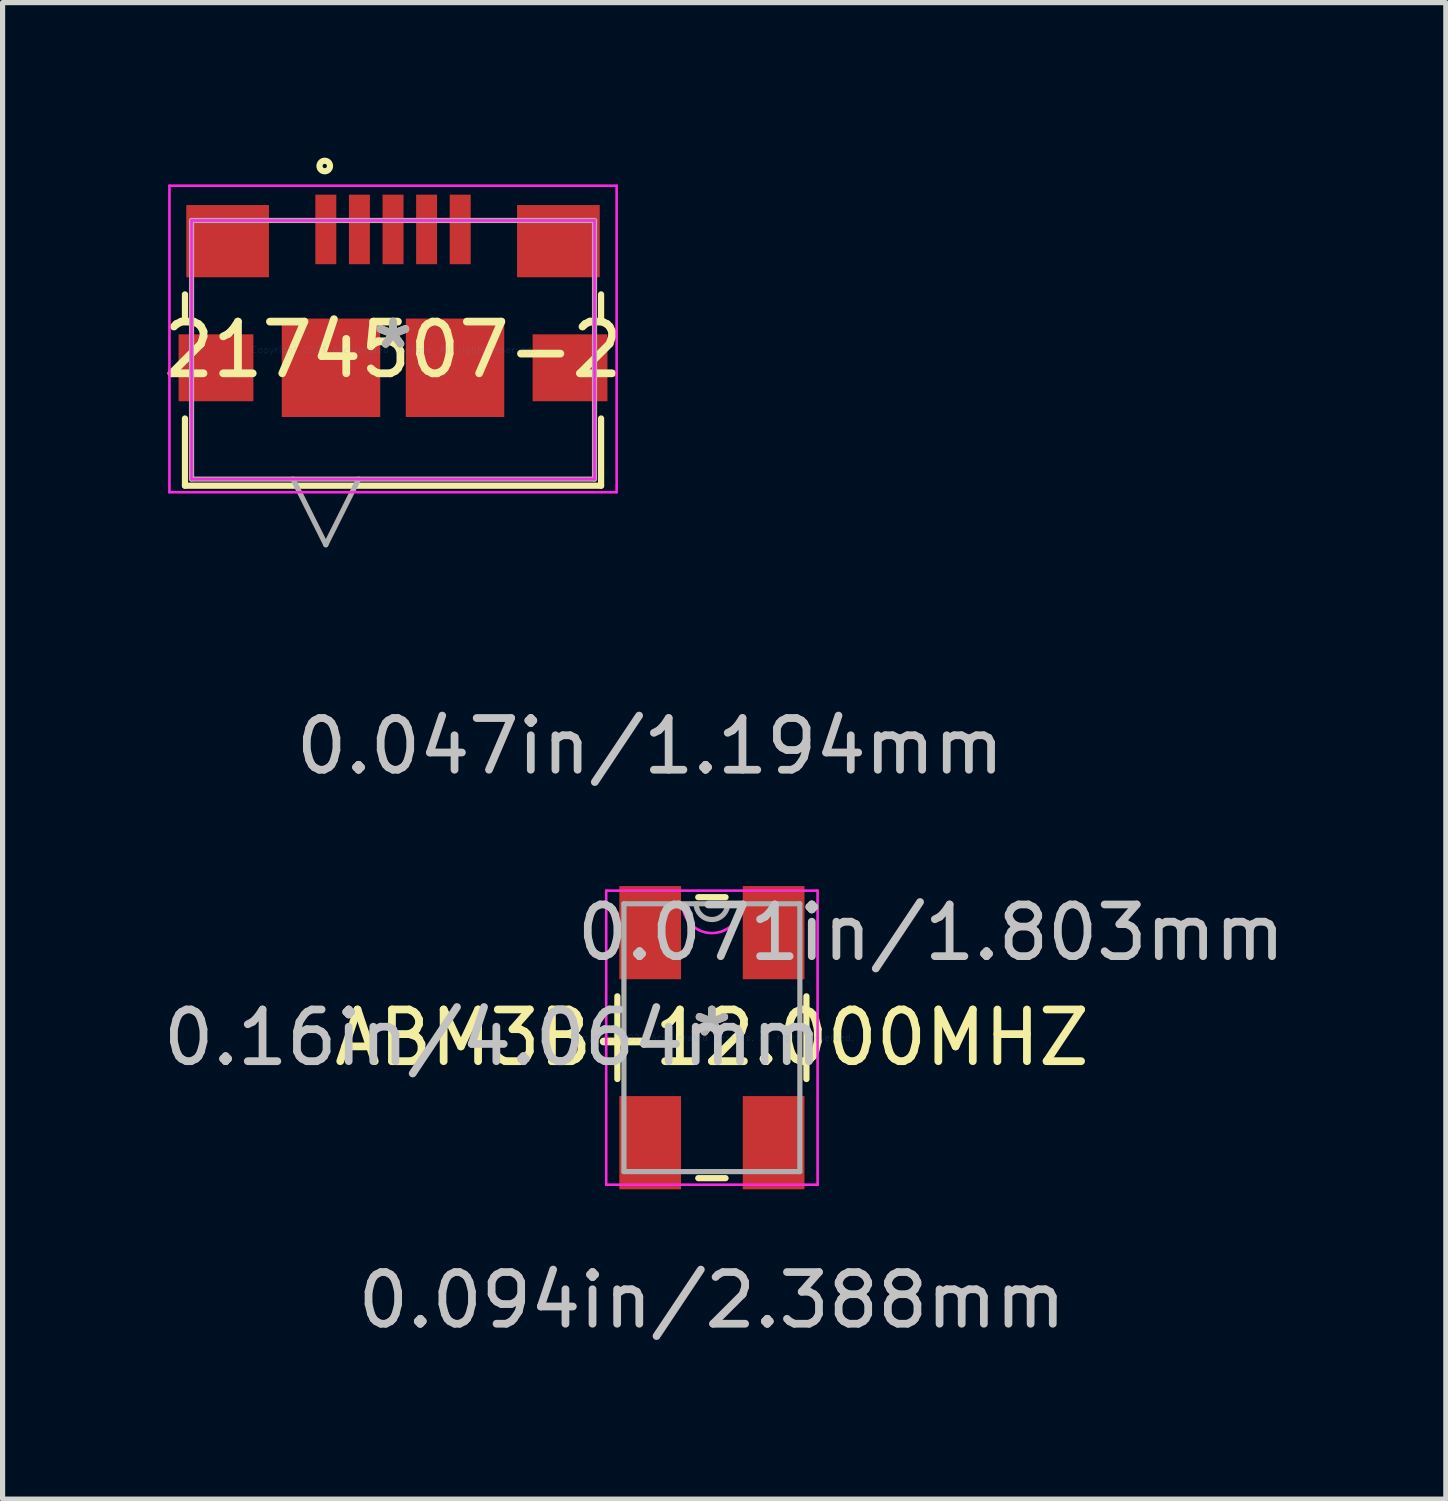
<source format=kicad_pcb>
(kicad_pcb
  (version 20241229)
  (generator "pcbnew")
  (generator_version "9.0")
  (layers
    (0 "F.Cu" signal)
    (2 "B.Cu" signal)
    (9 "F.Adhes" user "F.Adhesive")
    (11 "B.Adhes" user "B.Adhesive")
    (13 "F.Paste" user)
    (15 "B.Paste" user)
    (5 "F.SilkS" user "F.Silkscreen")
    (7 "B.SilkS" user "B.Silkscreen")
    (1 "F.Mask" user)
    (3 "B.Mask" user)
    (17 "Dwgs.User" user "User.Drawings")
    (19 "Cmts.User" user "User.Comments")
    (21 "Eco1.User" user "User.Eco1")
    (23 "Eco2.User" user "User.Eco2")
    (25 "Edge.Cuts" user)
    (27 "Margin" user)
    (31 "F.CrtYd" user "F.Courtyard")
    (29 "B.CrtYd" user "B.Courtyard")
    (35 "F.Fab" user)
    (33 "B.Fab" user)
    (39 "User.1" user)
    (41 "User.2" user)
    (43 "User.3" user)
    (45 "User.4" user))
  (footprint "2174507-2"
    (layer "F.Cu")
    (at 4.554 3.718)
    (property "Reference" "2174507-2" (at 0 0 0) (layer "F.SilkS") (effects (font (size 1 1) (thickness 0.15))))
    (attr through_hole)
    (fp_line (start -4.025 -1.072) (end -4.025 -0.632) (stroke (width 0.12) (type solid)) (layer "F.SilkS"))
    (fp_line (start -4.025 1.329) (end -4.025 2.629) (stroke (width 0.12) (type solid)) (layer "F.SilkS"))
    (fp_line (start -4.025 2.629) (end 4.026 2.629) (stroke (width 0.12) (type solid)) (layer "F.SilkS"))
    (fp_line (start 4.026 -0.632) (end 4.026 -1.072) (stroke (width 0.12) (type solid)) (layer "F.SilkS"))
    (fp_line (start 4.026 2.629) (end 4.026 1.329) (stroke (width 0.12) (type solid)) (layer "F.SilkS"))
    (fp_arc (start -1.2192 -3.556) (mid -1.4224 -3.556) (end -1.2192 -3.556) (stroke (width 0.12) (type solid)) (layer "F.SilkS"))
    (fp_line (start -4.326 -3.175) (end 4.327 -3.175) (stroke (width 0.05) (type solid)) (layer "F.CrtYd"))
    (fp_line (start -4.326 2.756) (end -4.326 -3.175) (stroke (width 0.05) (type solid)) (layer "F.CrtYd"))
    (fp_line (start -3.898 -2.502) (end 3.899 -2.502) (stroke (width 0.05) (type solid)) (layer "F.CrtYd"))
    (fp_line (start -3.898 2.502) (end -3.898 -2.502) (stroke (width 0.05) (type solid)) (layer "F.CrtYd"))
    (fp_line (start 3.899 -2.502) (end 3.899 2.502) (stroke (width 0.05) (type solid)) (layer "F.CrtYd"))
    (fp_line (start 3.899 2.502) (end -3.898 2.502) (stroke (width 0.05) (type solid)) (layer "F.CrtYd"))
    (fp_line (start 4.327 -3.175) (end 4.327 2.756) (stroke (width 0.05) (type solid)) (layer "F.CrtYd"))
    (fp_line (start 4.327 2.756) (end -4.326 2.756) (stroke (width 0.05) (type solid)) (layer "F.CrtYd"))
    (fp_line (start -3.898 -2.502) (end -3.898 2.502) (stroke (width 0.1) (type solid)) (layer "F.Fab"))
    (fp_line (start -3.898 2.502) (end 3.899 2.502) (stroke (width 0.1) (type solid)) (layer "F.Fab"))
    (fp_line (start -1.935 2.502) (end -1.3 3.772) (stroke (width 0.1) (type solid)) (layer "F.Fab"))
    (fp_line (start -0.665 2.502) (end -1.3 3.772) (stroke (width 0.1) (type solid)) (layer "F.Fab"))
    (fp_line (start 3.899 -2.502) (end -3.898 -2.502) (stroke (width 0.1) (type solid)) (layer "F.Fab"))
    (fp_line (start 3.899 2.502) (end 3.899 -2.502) (stroke (width 0.1) (type solid)) (layer "F.Fab"))
    (fp_text user "*" (at 0 0 0) (layer "F.SilkS") (effects (font (size 1 1) (thickness 0.15))))
    (fp_text user "Copyright 2021 Accelerated Designs. All rights reserved." (at 0 0 0) (layer "Cmts.User") (effects (font (size 0.127 0.127) (thickness 0.002))))
    (fp_text user "*" (at 0 0 0) (layer "F.Fab") (effects (font (size 1 1) (thickness 0.15))))
    (pad "1" smd rect (at -1.3 -2.329) (size 0.406 1.346) (layers "F.Cu" "F.Mask" "F.Paste"))
    (pad "2" smd rect (at -0.65 -2.329) (size 0.406 1.346) (layers "F.Cu" "F.Mask" "F.Paste"))
    (pad "3" smd rect (at 0.00048 -2.329) (size 0.406 1.346) (layers "F.Cu" "F.Mask" "F.Paste"))
    (pad "4" smd rect (at 0.65 -2.329) (size 0.406 1.346) (layers "F.Cu" "F.Mask" "F.Paste"))
    (pad "5" smd rect (at 1.3 -2.329) (size 0.406 1.346) (layers "F.Cu" "F.Mask" "F.Paste"))
    (pad "6" smd rect (at -3.425 0.348 90) (size 1.295 1.448) (layers "F.Cu" "F.Mask" "F.Paste"))
    (pad "7" smd rect (at 3.425 0.348 90) (size 1.295 1.448) (layers "F.Cu" "F.Mask" "F.Paste"))
    (pad "8" smd rect (at -3.2 -2.102) (size 1.6 1.397) (layers "F.Cu" "F.Mask" "F.Paste"))
    (pad "9" smd rect (at 3.2 -2.102) (size 1.6 1.397) (layers "F.Cu" "F.Mask" "F.Paste"))
    (pad "10" smd rect (at -1.2 0.348) (size 1.905 1.905) (layers "F.Cu" "F.Mask" "F.Paste"))
    (pad "11" smd rect (at 1.2 0.348) (size 1.905 1.905) (layers "F.Cu" "F.Mask" "F.Paste")))
  (footprint "ABM3B-12.000MHZ"
    (layer "F.Cu")
    (at 10.724 17.027)
    (property "Reference" "ABM3B-12.000MHZ" (at 0 0 0) (layer "F.SilkS") (effects (font (size 1 1) (thickness 0.15))))
    (attr through_hole)
    (fp_line (start -1.829 -0.8) (end -1.829 0.8) (stroke (width 0.12) (type solid)) (layer "F.SilkS"))
    (fp_line (start -0.264 2.718) (end 0.264 2.718) (stroke (width 0.12) (type solid)) (layer "F.SilkS"))
    (fp_line (start 0.264 -2.718) (end -0.264 -2.718) (stroke (width 0.12) (type solid)) (layer "F.SilkS"))
    (fp_line (start 1.829 0.8) (end 1.829 -0.8) (stroke (width 0.12) (type solid)) (layer "F.SilkS"))
    (fp_line (start -2.045 -2.845) (end 2.045 -2.845) (stroke (width 0.05) (type solid)) (layer "F.CrtYd"))
    (fp_line (start -2.045 2.845) (end -2.045 -2.845) (stroke (width 0.05) (type solid)) (layer "F.CrtYd"))
    (fp_line (start 2.045 -2.845) (end 2.045 2.845) (stroke (width 0.05) (type solid)) (layer "F.CrtYd"))
    (fp_line (start 2.045 2.845) (end -2.045 2.845) (stroke (width 0.05) (type solid)) (layer "F.CrtYd"))
    (fp_arc (start 0.567267 -2.5908) (mid 0 -2.023533) (end -0.567267 -2.5908) (stroke (width 0.05) (type solid)) (layer "F.CrtYd"))
    (fp_line (start -1.702 -2.591) (end -1.702 2.591) (stroke (width 0.1) (type solid)) (layer "F.Fab"))
    (fp_line (start -1.702 2.591) (end 1.702 2.591) (stroke (width 0.1) (type solid)) (layer "F.Fab"))
    (fp_line (start 1.702 -2.591) (end -1.702 -2.591) (stroke (width 0.1) (type solid)) (layer "F.Fab"))
    (fp_line (start 1.702 2.591) (end 1.702 -2.591) (stroke (width 0.1) (type solid)) (layer "F.Fab"))
    (fp_arc (start 0.3048 -2.5908) (mid 0 -2.286) (end -0.3048 -2.5908) (stroke (width 0.1) (type solid)) (layer "F.Fab"))
    (fp_text user "*" (at 0 0 0) (layer "F.SilkS") (effects (font (size 1 1) (thickness 0.15))))
    (fp_text user "0.047in/1.194mm" (at -1.194 -5.639 0) (layer "Dwgs.User") (effects (font (size 1 1) (thickness 0.15))))
    (fp_text user "0.094in/2.388mm" (at 0 5.08 0) (layer "Dwgs.User") (effects (font (size 1 1) (thickness 0.15))))
    (fp_text user "0.071in/1.803mm" (at 4.242 -2.032 0) (layer "Dwgs.User") (effects (font (size 1 1) (thickness 0.15))))
    (fp_text user "0.16in/4.064mm" (at -4.242 0 0) (layer "Dwgs.User") (effects (font (size 1 1) (thickness 0.15))))
    (fp_text user "Copyright 2021 Accelerated Designs. All rights reserved." (at 0 0 0) (layer "Cmts.User") (effects (font (size 0.127 0.127) (thickness 0.002))))
    (fp_text user "*" (at 0 0 0) (layer "F.Fab") (effects (font (size 1 1) (thickness 0.15))))
    (pad "1" smd rect (at -1.194 -2.032) (size 1.194 1.803) (layers "F.Cu" "F.Mask" "F.Paste"))
    (pad "2" smd rect (at -1.194 2.032) (size 1.194 1.803) (layers "F.Cu" "F.Mask" "F.Paste"))
    (pad "3" smd rect (at 1.194 2.032) (size 1.194 1.803) (layers "F.Cu" "F.Mask" "F.Paste"))
    (pad "4" smd rect (at 1.194 -2.032) (size 1.194 1.803) (layers "F.Cu" "F.Mask" "F.Paste")))
  (gr_rect
    (start -3 -3)
    (end 24.924 25.955)
    (stroke (width 0.1) (type default))
    (fill no)
    (layer "Edge.Cuts")))
</source>
